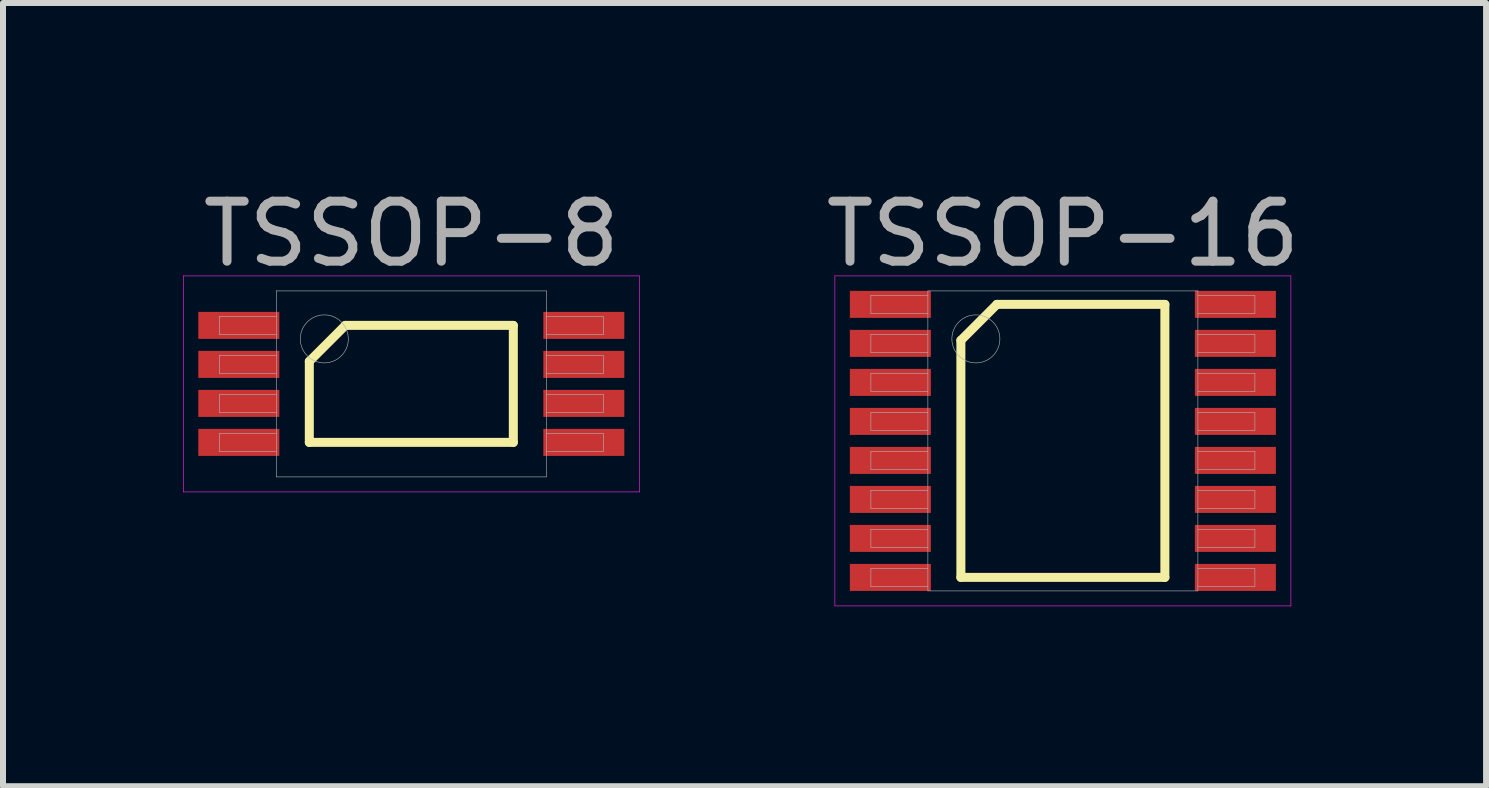
<source format=kicad_pcb>
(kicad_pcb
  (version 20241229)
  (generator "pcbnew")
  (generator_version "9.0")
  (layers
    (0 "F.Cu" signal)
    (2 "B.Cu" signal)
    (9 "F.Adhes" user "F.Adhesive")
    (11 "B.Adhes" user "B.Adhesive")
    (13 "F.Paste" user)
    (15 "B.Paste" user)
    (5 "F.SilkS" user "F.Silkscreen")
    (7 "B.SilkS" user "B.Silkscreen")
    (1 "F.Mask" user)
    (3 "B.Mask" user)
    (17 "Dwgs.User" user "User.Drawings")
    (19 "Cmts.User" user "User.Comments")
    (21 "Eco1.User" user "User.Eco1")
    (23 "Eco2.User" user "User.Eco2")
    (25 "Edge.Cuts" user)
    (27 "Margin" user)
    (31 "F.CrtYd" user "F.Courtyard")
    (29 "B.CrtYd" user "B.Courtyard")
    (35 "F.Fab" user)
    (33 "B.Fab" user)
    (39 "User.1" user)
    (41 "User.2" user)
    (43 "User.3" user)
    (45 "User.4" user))
  (footprint "TSSOP-16"
    (layer "F.Cu")
    (at 14.664 4.298)
    (property "Reference" "TSSOP-16" (at 0 -3.45 0) (layer "F.Fab") (effects (font (size 1 1) (thickness 0.15))))
    (attr through_hole)
    (fp_line (start -1.7 -1.675) (end -1.1 -2.275) (stroke (width 0.15) (type solid)) (layer "F.SilkS"))
    (fp_line (start -1.7 2.275) (end -1.7 -1.675) (stroke (width 0.15) (type solid)) (layer "F.SilkS"))
    (fp_line (start -1.1 -2.275) (end 1.7 -2.275) (stroke (width 0.15) (type solid)) (layer "F.SilkS"))
    (fp_line (start 1.7 -2.275) (end 1.7 2.275) (stroke (width 0.15) (type solid)) (layer "F.SilkS"))
    (fp_line (start 1.7 2.275) (end -1.7 2.275) (stroke (width 0.15) (type solid)) (layer "F.SilkS"))
    (fp_line (start -3.8 -2.75) (end 3.8 -2.75) (stroke (width 0.01) (type solid)) (layer "F.CrtYd"))
    (fp_line (start -3.8 2.75) (end -3.8 -2.75) (stroke (width 0.01) (type solid)) (layer "F.CrtYd"))
    (fp_line (start 3.8 -2.75) (end 3.8 2.75) (stroke (width 0.01) (type solid)) (layer "F.CrtYd"))
    (fp_line (start 3.8 2.75) (end -3.8 2.75) (stroke (width 0.01) (type solid)) (layer "F.CrtYd"))
    (fp_line (start -3.2 -2.425) (end -2.25 -2.425) (stroke (width 0.01) (type solid)) (layer "F.Fab"))
    (fp_line (start -3.2 -2.125) (end -3.2 -2.425) (stroke (width 0.01) (type solid)) (layer "F.Fab"))
    (fp_line (start -3.2 -1.775) (end -2.25 -1.775) (stroke (width 0.01) (type solid)) (layer "F.Fab"))
    (fp_line (start -3.2 -1.475) (end -3.2 -1.775) (stroke (width 0.01) (type solid)) (layer "F.Fab"))
    (fp_line (start -3.2 -1.125) (end -2.25 -1.125) (stroke (width 0.01) (type solid)) (layer "F.Fab"))
    (fp_line (start -3.2 -0.825) (end -3.2 -1.125) (stroke (width 0.01) (type solid)) (layer "F.Fab"))
    (fp_line (start -3.2 -0.475) (end -2.25 -0.475) (stroke (width 0.01) (type solid)) (layer "F.Fab"))
    (fp_line (start -3.2 -0.175) (end -3.2 -0.475) (stroke (width 0.01) (type solid)) (layer "F.Fab"))
    (fp_line (start -3.2 0.175) (end -2.25 0.175) (stroke (width 0.01) (type solid)) (layer "F.Fab"))
    (fp_line (start -3.2 0.475) (end -3.2 0.175) (stroke (width 0.01) (type solid)) (layer "F.Fab"))
    (fp_line (start -3.2 0.825) (end -2.25 0.825) (stroke (width 0.01) (type solid)) (layer "F.Fab"))
    (fp_line (start -3.2 1.125) (end -3.2 0.825) (stroke (width 0.01) (type solid)) (layer "F.Fab"))
    (fp_line (start -3.2 1.475) (end -2.25 1.475) (stroke (width 0.01) (type solid)) (layer "F.Fab"))
    (fp_line (start -3.2 1.775) (end -3.2 1.475) (stroke (width 0.01) (type solid)) (layer "F.Fab"))
    (fp_line (start -3.2 2.125) (end -2.25 2.125) (stroke (width 0.01) (type solid)) (layer "F.Fab"))
    (fp_line (start -3.2 2.425) (end -3.2 2.125) (stroke (width 0.01) (type solid)) (layer "F.Fab"))
    (fp_line (start -2.25 -2.5) (end 2.25 -2.5) (stroke (width 0.01) (type solid)) (layer "F.Fab"))
    (fp_line (start -2.25 -2.125) (end -3.2 -2.125) (stroke (width 0.01) (type solid)) (layer "F.Fab"))
    (fp_line (start -2.25 -1.475) (end -3.2 -1.475) (stroke (width 0.01) (type solid)) (layer "F.Fab"))
    (fp_line (start -2.25 -0.825) (end -3.2 -0.825) (stroke (width 0.01) (type solid)) (layer "F.Fab"))
    (fp_line (start -2.25 -0.175) (end -3.2 -0.175) (stroke (width 0.01) (type solid)) (layer "F.Fab"))
    (fp_line (start -2.25 0.475) (end -3.2 0.475) (stroke (width 0.01) (type solid)) (layer "F.Fab"))
    (fp_line (start -2.25 1.125) (end -3.2 1.125) (stroke (width 0.01) (type solid)) (layer "F.Fab"))
    (fp_line (start -2.25 1.775) (end -3.2 1.775) (stroke (width 0.01) (type solid)) (layer "F.Fab"))
    (fp_line (start -2.25 2.425) (end -3.2 2.425) (stroke (width 0.01) (type solid)) (layer "F.Fab"))
    (fp_line (start -2.25 2.5) (end -2.25 -2.5) (stroke (width 0.01) (type solid)) (layer "F.Fab"))
    (fp_line (start 2.25 -2.5) (end 2.25 2.5) (stroke (width 0.01) (type solid)) (layer "F.Fab"))
    (fp_line (start 2.25 -2.425) (end 3.2 -2.425) (stroke (width 0.01) (type solid)) (layer "F.Fab"))
    (fp_line (start 2.25 -1.775) (end 3.2 -1.775) (stroke (width 0.01) (type solid)) (layer "F.Fab"))
    (fp_line (start 2.25 -1.125) (end 3.2 -1.125) (stroke (width 0.01) (type solid)) (layer "F.Fab"))
    (fp_line (start 2.25 -0.475) (end 3.2 -0.475) (stroke (width 0.01) (type solid)) (layer "F.Fab"))
    (fp_line (start 2.25 0.175) (end 3.2 0.175) (stroke (width 0.01) (type solid)) (layer "F.Fab"))
    (fp_line (start 2.25 0.825) (end 3.2 0.825) (stroke (width 0.01) (type solid)) (layer "F.Fab"))
    (fp_line (start 2.25 1.475) (end 3.2 1.475) (stroke (width 0.01) (type solid)) (layer "F.Fab"))
    (fp_line (start 2.25 2.125) (end 3.2 2.125) (stroke (width 0.01) (type solid)) (layer "F.Fab"))
    (fp_line (start 2.25 2.5) (end -2.25 2.5) (stroke (width 0.01) (type solid)) (layer "F.Fab"))
    (fp_line (start 3.2 -2.425) (end 3.2 -2.125) (stroke (width 0.01) (type solid)) (layer "F.Fab"))
    (fp_line (start 3.2 -2.125) (end 2.25 -2.125) (stroke (width 0.01) (type solid)) (layer "F.Fab"))
    (fp_line (start 3.2 -1.775) (end 3.2 -1.475) (stroke (width 0.01) (type solid)) (layer "F.Fab"))
    (fp_line (start 3.2 -1.475) (end 2.25 -1.475) (stroke (width 0.01) (type solid)) (layer "F.Fab"))
    (fp_line (start 3.2 -1.125) (end 3.2 -0.825) (stroke (width 0.01) (type solid)) (layer "F.Fab"))
    (fp_line (start 3.2 -0.825) (end 2.25 -0.825) (stroke (width 0.01) (type solid)) (layer "F.Fab"))
    (fp_line (start 3.2 -0.475) (end 3.2 -0.175) (stroke (width 0.01) (type solid)) (layer "F.Fab"))
    (fp_line (start 3.2 -0.175) (end 2.25 -0.175) (stroke (width 0.01) (type solid)) (layer "F.Fab"))
    (fp_line (start 3.2 0.175) (end 3.2 0.475) (stroke (width 0.01) (type solid)) (layer "F.Fab"))
    (fp_line (start 3.2 0.475) (end 2.25 0.475) (stroke (width 0.01) (type solid)) (layer "F.Fab"))
    (fp_line (start 3.2 0.825) (end 3.2 1.125) (stroke (width 0.01) (type solid)) (layer "F.Fab"))
    (fp_line (start 3.2 1.125) (end 2.25 1.125) (stroke (width 0.01) (type solid)) (layer "F.Fab"))
    (fp_line (start 3.2 1.475) (end 3.2 1.775) (stroke (width 0.01) (type solid)) (layer "F.Fab"))
    (fp_line (start 3.2 1.775) (end 2.25 1.775) (stroke (width 0.01) (type solid)) (layer "F.Fab"))
    (fp_line (start 3.2 2.125) (end 3.2 2.425) (stroke (width 0.01) (type solid)) (layer "F.Fab"))
    (fp_line (start 3.2 2.425) (end 2.25 2.425) (stroke (width 0.01) (type solid)) (layer "F.Fab"))
    (fp_circle (center -1.45 -1.7) (end -1.45 -1.3) (stroke (width 0.01) (type solid)) (fill no) (layer "F.Fab"))
    (pad "1" smd rect (at -2.875 -2.275) (size 1.35 0.45) (layers "F.Cu" "F.Mask" "F.Paste"))
    (pad "2" smd rect (at -2.875 -1.625) (size 1.35 0.45) (layers "F.Cu" "F.Mask" "F.Paste"))
    (pad "3" smd rect (at -2.875 -0.975) (size 1.35 0.45) (layers "F.Cu" "F.Mask" "F.Paste"))
    (pad "4" smd rect (at -2.875 -0.325) (size 1.35 0.45) (layers "F.Cu" "F.Mask" "F.Paste"))
    (pad "5" smd rect (at -2.875 0.325) (size 1.35 0.45) (layers "F.Cu" "F.Mask" "F.Paste"))
    (pad "6" smd rect (at -2.875 0.975) (size 1.35 0.45) (layers "F.Cu" "F.Mask" "F.Paste"))
    (pad "7" smd rect (at -2.875 1.625) (size 1.35 0.45) (layers "F.Cu" "F.Mask" "F.Paste"))
    (pad "8" smd rect (at -2.875 2.275) (size 1.35 0.45) (layers "F.Cu" "F.Mask" "F.Paste"))
    (pad "9" smd rect (at 2.875 2.275) (size 1.35 0.45) (layers "F.Cu" "F.Mask" "F.Paste"))
    (pad "10" smd rect (at 2.875 1.625) (size 1.35 0.45) (layers "F.Cu" "F.Mask" "F.Paste"))
    (pad "11" smd rect (at 2.875 0.975) (size 1.35 0.45) (layers "F.Cu" "F.Mask" "F.Paste"))
    (pad "12" smd rect (at 2.875 0.325) (size 1.35 0.45) (layers "F.Cu" "F.Mask" "F.Paste"))
    (pad "13" smd rect (at 2.875 -0.325) (size 1.35 0.45) (layers "F.Cu" "F.Mask" "F.Paste"))
    (pad "14" smd rect (at 2.875 -0.975) (size 1.35 0.45) (layers "F.Cu" "F.Mask" "F.Paste"))
    (pad "15" smd rect (at 2.875 -1.625) (size 1.35 0.45) (layers "F.Cu" "F.Mask" "F.Paste"))
    (pad "16" smd rect (at 2.875 -2.275) (size 1.35 0.45) (layers "F.Cu" "F.Mask" "F.Paste")))
  (footprint "TSSOP-8"
    (layer "F.Cu")
    (at 3.805 3.348)
    (property "Reference" "TSSOP-8" (at 0 -2.5 0) (layer "F.Fab") (effects (font (size 1 1) (thickness 0.15))))
    (attr smd)
    (fp_line (start -1.7 -0.375) (end -1.1 -0.975) (stroke (width 0.15) (type solid)) (layer "F.SilkS"))
    (fp_line (start -1.7 0.975) (end -1.7 -0.375) (stroke (width 0.15) (type solid)) (layer "F.SilkS"))
    (fp_line (start -1.1 -0.975) (end 1.7 -0.975) (stroke (width 0.15) (type solid)) (layer "F.SilkS"))
    (fp_line (start 1.7 -0.975) (end 1.7 0.975) (stroke (width 0.15) (type solid)) (layer "F.SilkS"))
    (fp_line (start 1.7 0.975) (end -1.7 0.975) (stroke (width 0.15) (type solid)) (layer "F.SilkS"))
    (fp_line (start -3.8 -1.8) (end 3.8 -1.8) (stroke (width 0.01) (type solid)) (layer "F.CrtYd"))
    (fp_line (start -3.8 1.8) (end -3.8 -1.8) (stroke (width 0.01) (type solid)) (layer "F.CrtYd"))
    (fp_line (start 3.8 -1.8) (end 3.8 1.8) (stroke (width 0.01) (type solid)) (layer "F.CrtYd"))
    (fp_line (start 3.8 1.8) (end -3.8 1.8) (stroke (width 0.01) (type solid)) (layer "F.CrtYd"))
    (fp_line (start -3.2 -1.125) (end -2.25 -1.125) (stroke (width 0.01) (type solid)) (layer "F.Fab"))
    (fp_line (start -3.2 -0.825) (end -3.2 -1.125) (stroke (width 0.01) (type solid)) (layer "F.Fab"))
    (fp_line (start -3.2 -0.475) (end -2.25 -0.475) (stroke (width 0.01) (type solid)) (layer "F.Fab"))
    (fp_line (start -3.2 -0.175) (end -3.2 -0.475) (stroke (width 0.01) (type solid)) (layer "F.Fab"))
    (fp_line (start -3.2 0.175) (end -2.25 0.175) (stroke (width 0.01) (type solid)) (layer "F.Fab"))
    (fp_line (start -3.2 0.475) (end -3.2 0.175) (stroke (width 0.01) (type solid)) (layer "F.Fab"))
    (fp_line (start -3.2 0.825) (end -2.25 0.825) (stroke (width 0.01) (type solid)) (layer "F.Fab"))
    (fp_line (start -3.2 1.125) (end -3.2 0.825) (stroke (width 0.01) (type solid)) (layer "F.Fab"))
    (fp_line (start -2.25 -1.55) (end 2.25 -1.55) (stroke (width 0.01) (type solid)) (layer "F.Fab"))
    (fp_line (start -2.25 -0.825) (end -3.2 -0.825) (stroke (width 0.01) (type solid)) (layer "F.Fab"))
    (fp_line (start -2.25 -0.175) (end -3.2 -0.175) (stroke (width 0.01) (type solid)) (layer "F.Fab"))
    (fp_line (start -2.25 0.475) (end -3.2 0.475) (stroke (width 0.01) (type solid)) (layer "F.Fab"))
    (fp_line (start -2.25 1.125) (end -3.2 1.125) (stroke (width 0.01) (type solid)) (layer "F.Fab"))
    (fp_line (start -2.25 1.55) (end -2.25 -1.55) (stroke (width 0.01) (type solid)) (layer "F.Fab"))
    (fp_line (start 2.25 -1.55) (end 2.25 1.55) (stroke (width 0.01) (type solid)) (layer "F.Fab"))
    (fp_line (start 2.25 -1.125) (end 3.2 -1.125) (stroke (width 0.01) (type solid)) (layer "F.Fab"))
    (fp_line (start 2.25 -0.475) (end 3.2 -0.475) (stroke (width 0.01) (type solid)) (layer "F.Fab"))
    (fp_line (start 2.25 0.175) (end 3.2 0.175) (stroke (width 0.01) (type solid)) (layer "F.Fab"))
    (fp_line (start 2.25 0.825) (end 3.2 0.825) (stroke (width 0.01) (type solid)) (layer "F.Fab"))
    (fp_line (start 2.25 1.55) (end -2.25 1.55) (stroke (width 0.01) (type solid)) (layer "F.Fab"))
    (fp_line (start 3.2 -1.125) (end 3.2 -0.825) (stroke (width 0.01) (type solid)) (layer "F.Fab"))
    (fp_line (start 3.2 -0.825) (end 2.25 -0.825) (stroke (width 0.01) (type solid)) (layer "F.Fab"))
    (fp_line (start 3.2 -0.475) (end 3.2 -0.175) (stroke (width 0.01) (type solid)) (layer "F.Fab"))
    (fp_line (start 3.2 -0.175) (end 2.25 -0.175) (stroke (width 0.01) (type solid)) (layer "F.Fab"))
    (fp_line (start 3.2 0.175) (end 3.2 0.475) (stroke (width 0.01) (type solid)) (layer "F.Fab"))
    (fp_line (start 3.2 0.475) (end 2.25 0.475) (stroke (width 0.01) (type solid)) (layer "F.Fab"))
    (fp_line (start 3.2 0.825) (end 3.2 1.125) (stroke (width 0.01) (type solid)) (layer "F.Fab"))
    (fp_line (start 3.2 1.125) (end 2.25 1.125) (stroke (width 0.01) (type solid)) (layer "F.Fab"))
    (fp_circle (center -1.45 -0.75) (end -1.45 -0.35) (stroke (width 0.01) (type solid)) (fill no) (layer "F.Fab"))
    (pad "1" smd rect (at -2.875 -0.975) (size 1.35 0.45) (layers "F.Cu" "F.Mask" "F.Paste"))
    (pad "2" smd rect (at -2.875 -0.325) (size 1.35 0.45) (layers "F.Cu" "F.Mask" "F.Paste"))
    (pad "3" smd rect (at -2.875 0.325) (size 1.35 0.45) (layers "F.Cu" "F.Mask" "F.Paste"))
    (pad "4" smd rect (at -2.875 0.975) (size 1.35 0.45) (layers "F.Cu" "F.Mask" "F.Paste"))
    (pad "5" smd rect (at 2.875 0.975) (size 1.35 0.45) (layers "F.Cu" "F.Mask" "F.Paste"))
    (pad "6" smd rect (at 2.875 0.325) (size 1.35 0.45) (layers "F.Cu" "F.Mask" "F.Paste"))
    (pad "7" smd rect (at 2.875 -0.325) (size 1.35 0.45) (layers "F.Cu" "F.Mask" "F.Paste"))
    (pad "8" smd rect (at 2.875 -0.975) (size 1.35 0.45) (layers "F.Cu" "F.Mask" "F.Paste")))
  (gr_rect
    (start -3 -3)
    (end 21.717 10.053)
    (stroke (width 0.1) (type default))
    (fill no)
    (layer "Edge.Cuts")))
</source>
